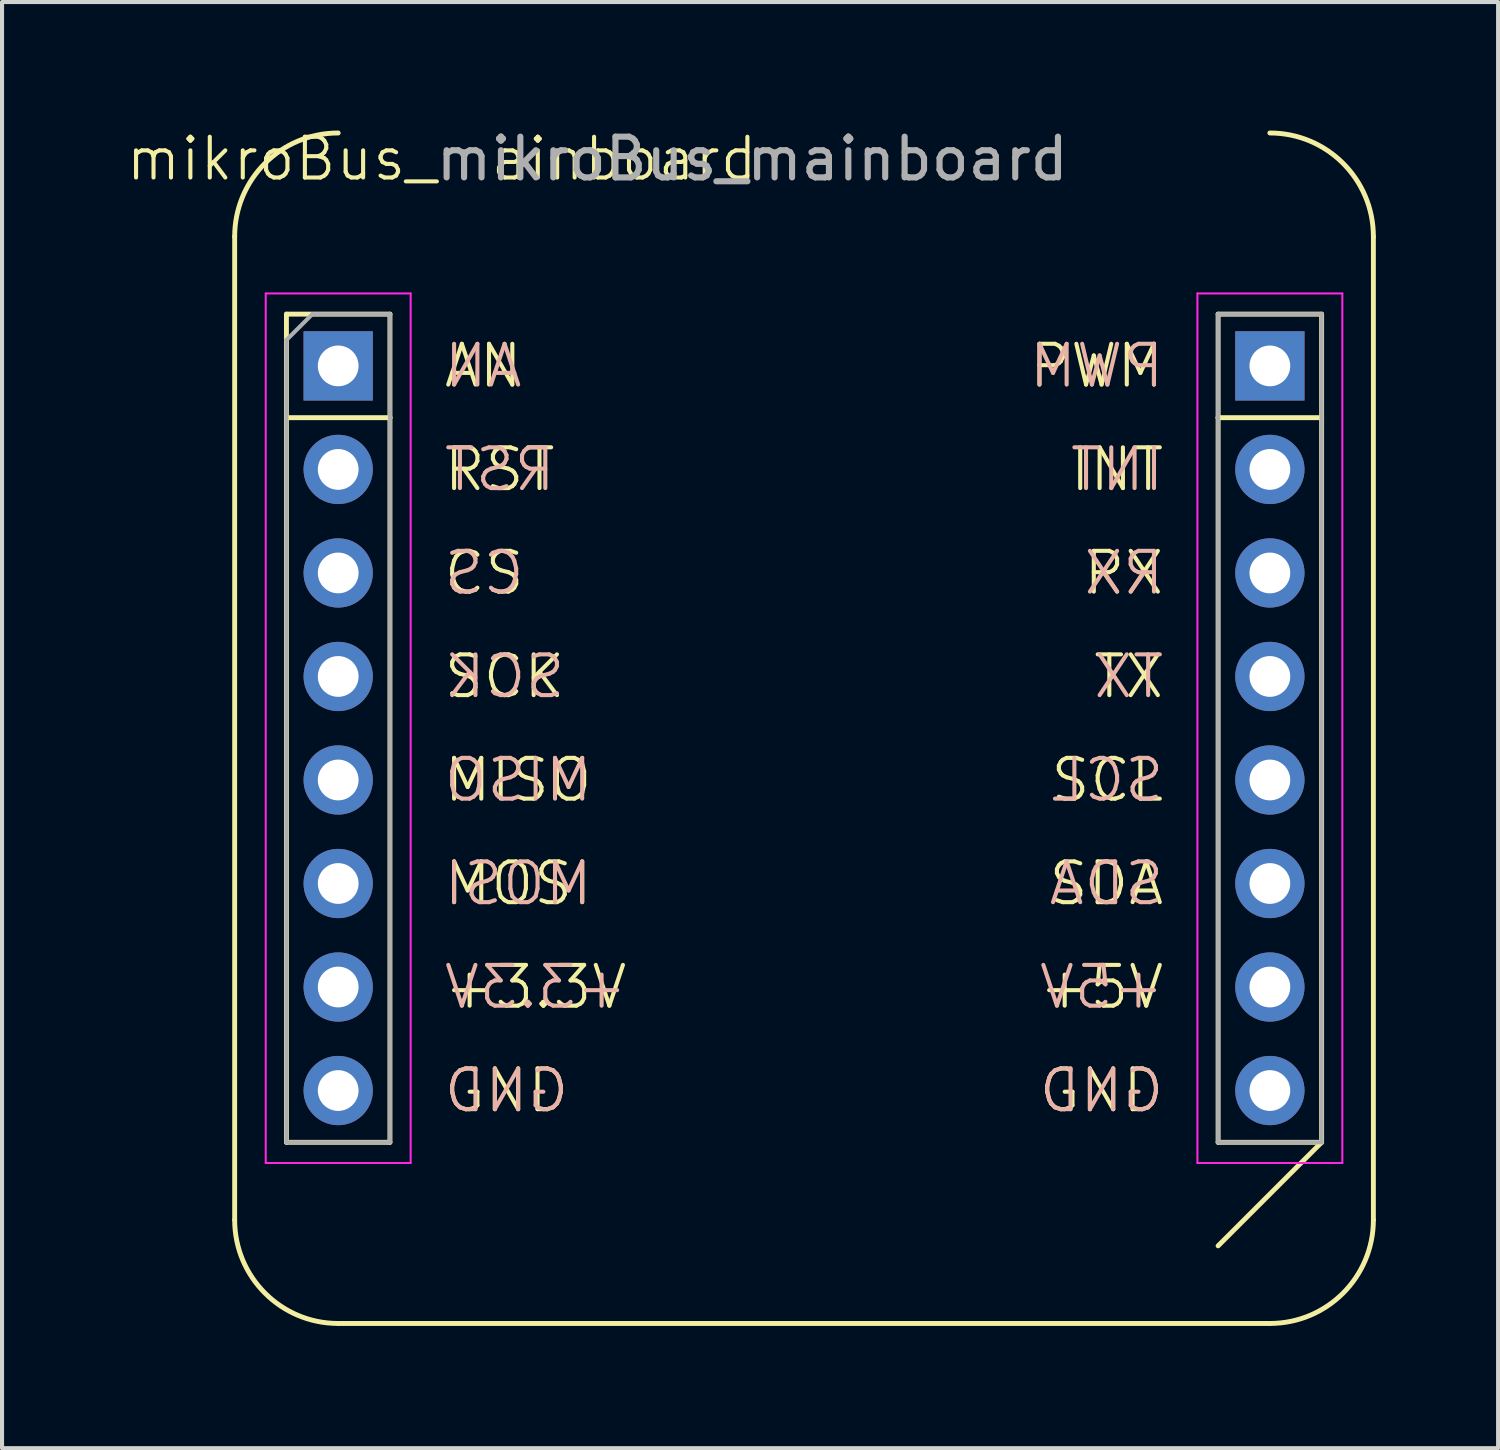
<source format=kicad_pcb>
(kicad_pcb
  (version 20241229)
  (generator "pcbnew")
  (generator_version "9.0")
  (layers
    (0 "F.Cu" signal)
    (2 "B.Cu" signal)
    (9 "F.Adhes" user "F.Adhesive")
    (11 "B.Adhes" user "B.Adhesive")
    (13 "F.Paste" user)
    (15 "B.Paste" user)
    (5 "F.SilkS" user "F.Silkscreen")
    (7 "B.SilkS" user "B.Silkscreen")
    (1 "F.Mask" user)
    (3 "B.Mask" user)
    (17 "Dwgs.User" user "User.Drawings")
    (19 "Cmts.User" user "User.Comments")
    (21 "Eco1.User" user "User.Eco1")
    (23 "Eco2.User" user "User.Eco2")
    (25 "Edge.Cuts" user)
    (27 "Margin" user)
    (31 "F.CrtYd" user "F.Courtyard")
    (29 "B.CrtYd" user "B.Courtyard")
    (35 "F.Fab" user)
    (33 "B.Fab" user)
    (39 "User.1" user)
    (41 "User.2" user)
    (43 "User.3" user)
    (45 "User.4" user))
  (footprint "mikroBus_mainboard"
    (layer "F.Cu")
    (at 5.248 5.928)
    (property "Reference" "mikroBus_mainboard" (at 2.54 -5.08 0) (unlocked yes) (layer "F.SilkS") (effects (font (size 1 1) (thickness 0.1))))
    (attr through_hole)
    (fp_line (start -2.54 20.955) (end -2.54 -3.175) (stroke (width 0.12) (type solid)) (layer "F.SilkS"))
    (fp_line (start -1.27 -1.27) (end 1.27 -1.27) (stroke (width 0.12) (type solid)) (layer "F.SilkS"))
    (fp_line (start -1.27 1.27) (end -1.27 -1.27) (stroke (width 0.12) (type solid)) (layer "F.SilkS"))
    (fp_line (start -1.27 1.27) (end -1.27 19.05) (stroke (width 0.12) (type solid)) (layer "F.SilkS"))
    (fp_line (start -1.27 1.27) (end 1.27 1.27) (stroke (width 0.12) (type solid)) (layer "F.SilkS"))
    (fp_line (start -1.27 19.05) (end 1.27 19.05) (stroke (width 0.12) (type solid)) (layer "F.SilkS"))
    (fp_line (start 1.27 1.27) (end 1.27 -1.27) (stroke (width 0.12) (type solid)) (layer "F.SilkS"))
    (fp_line (start 1.27 1.27) (end 1.27 19.05) (stroke (width 0.12) (type solid)) (layer "F.SilkS"))
    (fp_line (start 21.59 -1.27) (end 24.13 -1.27) (stroke (width 0.12) (type solid)) (layer "F.SilkS"))
    (fp_line (start 21.59 1.27) (end 21.59 -1.27) (stroke (width 0.12) (type solid)) (layer "F.SilkS"))
    (fp_line (start 21.59 1.27) (end 21.59 19.05) (stroke (width 0.12) (type solid)) (layer "F.SilkS"))
    (fp_line (start 21.59 1.27) (end 24.13 1.27) (stroke (width 0.12) (type solid)) (layer "F.SilkS"))
    (fp_line (start 21.59 19.05) (end 24.13 19.05) (stroke (width 0.12) (type solid)) (layer "F.SilkS"))
    (fp_line (start 21.59 21.59) (end 24.13 19.05) (stroke (width 0.12) (type solid)) (layer "F.SilkS"))
    (fp_line (start 22.86 23.495) (end 0 23.495) (stroke (width 0.12) (type solid)) (layer "F.SilkS"))
    (fp_line (start 24.13 1.27) (end 24.13 -1.27) (stroke (width 0.12) (type solid)) (layer "F.SilkS"))
    (fp_line (start 24.13 1.27) (end 24.13 19.05) (stroke (width 0.12) (type solid)) (layer "F.SilkS"))
    (fp_line (start 25.4 -3.175) (end 25.4 20.955) (stroke (width 0.12) (type solid)) (layer "F.SilkS"))
    (fp_arc (start -2.54 -3.175) (mid -1.796052 -4.971052) (end 0 -5.715) (stroke (width 0.12) (type solid)) (layer "F.SilkS"))
    (fp_arc (start 0 23.495) (mid -1.796051 22.751051) (end -2.54 20.955) (stroke (width 0.12) (type solid)) (layer "F.SilkS"))
    (fp_arc (start 22.86 -5.715) (mid 24.656052 -4.971052) (end 25.4 -3.175) (stroke (width 0.12) (type solid)) (layer "F.SilkS"))
    (fp_arc (start 25.4 20.955) (mid 24.656051 22.751051) (end 22.86 23.495) (stroke (width 0.12) (type solid)) (layer "F.SilkS"))
    (fp_line (start -1.778 -1.778) (end -1.778 19.558) (stroke (width 0.05) (type solid)) (layer "F.CrtYd"))
    (fp_line (start -1.778 19.558) (end 1.778 19.558) (stroke (width 0.05) (type solid)) (layer "F.CrtYd"))
    (fp_line (start 1.778 -1.778) (end -1.778 -1.778) (stroke (width 0.05) (type solid)) (layer "F.CrtYd"))
    (fp_line (start 1.778 19.558) (end 1.778 -1.778) (stroke (width 0.05) (type solid)) (layer "F.CrtYd"))
    (fp_line (start 21.082 -1.778) (end 21.082 19.558) (stroke (width 0.05) (type solid)) (layer "F.CrtYd"))
    (fp_line (start 21.082 19.558) (end 24.638 19.558) (stroke (width 0.05) (type solid)) (layer "F.CrtYd"))
    (fp_line (start 24.638 -1.778) (end 21.082 -1.778) (stroke (width 0.05) (type solid)) (layer "F.CrtYd"))
    (fp_line (start 24.638 19.558) (end 24.638 -1.778) (stroke (width 0.05) (type solid)) (layer "F.CrtYd"))
    (fp_line (start -1.27 -0.635) (end -0.635 -1.27) (stroke (width 0.1) (type solid)) (layer "F.Fab"))
    (fp_line (start -1.27 19.05) (end -1.27 -0.635) (stroke (width 0.1) (type solid)) (layer "F.Fab"))
    (fp_line (start -0.635 -1.27) (end 1.27 -1.27) (stroke (width 0.1) (type solid)) (layer "F.Fab"))
    (fp_line (start 1.27 -1.27) (end 1.27 19.05) (stroke (width 0.1) (type solid)) (layer "F.Fab"))
    (fp_line (start 1.27 19.05) (end -1.27 19.05) (stroke (width 0.1) (type solid)) (layer "F.Fab"))
    (fp_line (start 21.59 -1.27) (end 24.13 -1.27) (stroke (width 0.1) (type solid)) (layer "F.Fab"))
    (fp_line (start 21.59 19.05) (end 21.59 -1.27) (stroke (width 0.1) (type solid)) (layer "F.Fab"))
    (fp_line (start 24.13 -1.27) (end 24.13 19.05) (stroke (width 0.1) (type solid)) (layer "F.Fab"))
    (fp_line (start 24.13 19.05) (end 21.59 19.05) (stroke (width 0.1) (type solid)) (layer "F.Fab"))
    (fp_text user "+5V" (at 20.32 15.24 0) (unlocked yes) (layer "F.SilkS") (effects (font (size 1 1) (thickness 0.1)) (justify right)))
    (fp_text user "PWM" (at 20.32 0 0) (unlocked yes) (layer "F.SilkS") (effects (font (size 1 1) (thickness 0.1)) (justify right)))
    (fp_text user "SCL" (at 20.32 10.16 0) (unlocked yes) (layer "F.SilkS") (effects (font (size 1 1) (thickness 0.1)) (justify right)))
    (fp_text user "TX" (at 20.32 7.62 0) (unlocked yes) (layer "F.SilkS") (effects (font (size 1 1) (thickness 0.1)) (justify right)))
    (fp_text user "CS" (at 2.54 5.08 0) (unlocked yes) (layer "F.SilkS") (effects (font (size 1 1) (thickness 0.1)) (justify left)))
    (fp_text user "SDA" (at 20.32 12.7 0) (unlocked yes) (layer "F.SilkS") (effects (font (size 1 1) (thickness 0.1)) (justify right)))
    (fp_text user "+3.3V" (at 2.54 15.24 0) (unlocked yes) (layer "F.SilkS") (effects (font (size 1 1) (thickness 0.1)) (justify left)))
    (fp_text user "MISO" (at 2.54 10.16 0) (unlocked yes) (layer "F.SilkS") (effects (font (size 1 1) (thickness 0.1)) (justify left)))
    (fp_text user "RX" (at 20.32 5.08 0) (unlocked yes) (layer "F.SilkS") (effects (font (size 1 1) (thickness 0.1)) (justify right)))
    (fp_text user "GND" (at 2.54 17.78 0) (unlocked yes) (layer "F.SilkS") (effects (font (size 1 1) (thickness 0.1)) (justify left)))
    (fp_text user "SCK" (at 2.54 7.62 0) (unlocked yes) (layer "F.SilkS") (effects (font (size 1 1) (thickness 0.1)) (justify left)))
    (fp_text user "AN" (at 2.54 0 0) (unlocked yes) (layer "F.SilkS") (effects (font (size 1 1) (thickness 0.1)) (justify left)))
    (fp_text user "RST" (at 2.54 2.54 0) (unlocked yes) (layer "F.SilkS") (effects (font (size 1 1) (thickness 0.1)) (justify left)))
    (fp_text user "INT" (at 20.32 2.54 0) (unlocked yes) (layer "F.SilkS") (effects (font (size 1 1) (thickness 0.1)) (justify right)))
    (fp_text user "GND" (at 20.32 17.78 0) (unlocked yes) (layer "F.SilkS") (effects (font (size 1 1) (thickness 0.1)) (justify right)))
    (fp_text user "MOSI" (at 2.54 12.7 0) (unlocked yes) (layer "F.SilkS") (effects (font (size 1 1) (thickness 0.1)) (justify left)))
    (fp_text user "SCK" (at 2.54 7.62 0) (unlocked yes) (layer "B.SilkS") (effects (font (size 1 1) (thickness 0.1)) (justify right mirror)))
    (fp_text user "AN" (at 2.54 0 0) (unlocked yes) (layer "B.SilkS") (effects (font (size 1 1) (thickness 0.1)) (justify right mirror)))
    (fp_text user "RST" (at 2.54 2.54 0) (unlocked yes) (layer "B.SilkS") (effects (font (size 1 1) (thickness 0.1)) (justify right mirror)))
    (fp_text user "RX" (at 20.32 5.08 0) (unlocked yes) (layer "B.SilkS") (effects (font (size 1 1) (thickness 0.1)) (justify left mirror)))
    (fp_text user "MISO" (at 2.54 10.16 0) (unlocked yes) (layer "B.SilkS") (effects (font (size 1 1) (thickness 0.1)) (justify right mirror)))
    (fp_text user "PWM" (at 20.32 0 0) (unlocked yes) (layer "B.SilkS") (effects (font (size 1 1) (thickness 0.1)) (justify left mirror)))
    (fp_text user "SDA" (at 20.32 12.7 0) (unlocked yes) (layer "B.SilkS") (effects (font (size 1 1) (thickness 0.1)) (justify left mirror)))
    (fp_text user "INT" (at 20.32 2.54 0) (unlocked yes) (layer "B.SilkS") (effects (font (size 1 1) (thickness 0.1)) (justify left mirror)))
    (fp_text user "GND" (at 20.32 17.78 0) (unlocked yes) (layer "B.SilkS") (effects (font (size 1 1) (thickness 0.1)) (justify left mirror)))
    (fp_text user "MOSI" (at 2.54 12.7 0) (unlocked yes) (layer "B.SilkS") (effects (font (size 1 1) (thickness 0.1)) (justify right mirror)))
    (fp_text user "TX" (at 20.32 7.62 0) (unlocked yes) (layer "B.SilkS") (effects (font (size 1 1) (thickness 0.1)) (justify left mirror)))
    (fp_text user "+5V" (at 20.32 15.24 0) (unlocked yes) (layer "B.SilkS") (effects (font (size 1 1) (thickness 0.1)) (justify left mirror)))
    (fp_text user "+3.3V" (at 2.54 15.24 0) (unlocked yes) (layer "B.SilkS") (effects (font (size 1 1) (thickness 0.1)) (justify right mirror)))
    (fp_text user "GND" (at 2.54 17.78 0) (unlocked yes) (layer "B.SilkS") (effects (font (size 1 1) (thickness 0.1)) (justify right mirror)))
    (fp_text user "SCL" (at 20.32 10.16 0) (unlocked yes) (layer "B.SilkS") (effects (font (size 1 1) (thickness 0.1)) (justify left mirror)))
    (fp_text user "CS" (at 2.54 5.08 0) (unlocked yes) (layer "B.SilkS") (effects (font (size 1 1) (thickness 0.1)) (justify right mirror)))
    (fp_text user "${REFERENCE}" (at 10.16 -5.08 0) (unlocked yes) (layer "F.Fab") (effects (font (size 1 1) (thickness 0.15))))
    (pad "1" thru_hole rect (at 0 0) (size 1.7 1.7) (drill 1) (layers "*.Cu" "*.Mask"))
    (pad "2" thru_hole oval (at 0 2.54) (size 1.7 1.7) (drill 1) (layers "*.Cu" "*.Mask"))
    (pad "3" thru_hole oval (at 0 5.08) (size 1.7 1.7) (drill 1) (layers "*.Cu" "*.Mask"))
    (pad "4" thru_hole oval (at 0 7.62) (size 1.7 1.7) (drill 1) (layers "*.Cu" "*.Mask"))
    (pad "5" thru_hole oval (at 0 10.16) (size 1.7 1.7) (drill 1) (layers "*.Cu" "*.Mask"))
    (pad "6" thru_hole oval (at 0 12.7) (size 1.7 1.7) (drill 1) (layers "*.Cu" "*.Mask"))
    (pad "7" thru_hole oval (at 0 15.24) (size 1.7 1.7) (drill 1) (layers "*.Cu" "*.Mask"))
    (pad "8" thru_hole oval (at 0 17.78) (size 1.7 1.7) (drill 1) (layers "*.Cu" "*.Mask"))
    (pad "9" thru_hole oval (at 22.86 17.78) (size 1.7 1.7) (drill 1) (layers "*.Cu" "*.Mask"))
    (pad "10" thru_hole oval (at 22.86 15.24) (size 1.7 1.7) (drill 1) (layers "*.Cu" "*.Mask"))
    (pad "11" thru_hole oval (at 22.86 12.7) (size 1.7 1.7) (drill 1) (layers "*.Cu" "*.Mask"))
    (pad "12" thru_hole oval (at 22.86 10.16) (size 1.7 1.7) (drill 1) (layers "*.Cu" "*.Mask"))
    (pad "13" thru_hole oval (at 22.86 7.62) (size 1.7 1.7) (drill 1) (layers "*.Cu" "*.Mask"))
    (pad "14" thru_hole oval (at 22.86 5.08) (size 1.7 1.7) (drill 1) (layers "*.Cu" "*.Mask"))
    (pad "15" thru_hole oval (at 22.86 2.54) (size 1.7 1.7) (drill 1) (layers "*.Cu" "*.Mask"))
    (pad "16" thru_hole rect (at 22.86 0) (size 1.7 1.7) (drill 1) (layers "*.Cu" "*.Mask")))
  (gr_rect
    (start -3 -3)
    (end 33.708 32.483)
    (stroke (width 0.1) (type default))
    (fill no)
    (layer "Edge.Cuts")))
</source>
